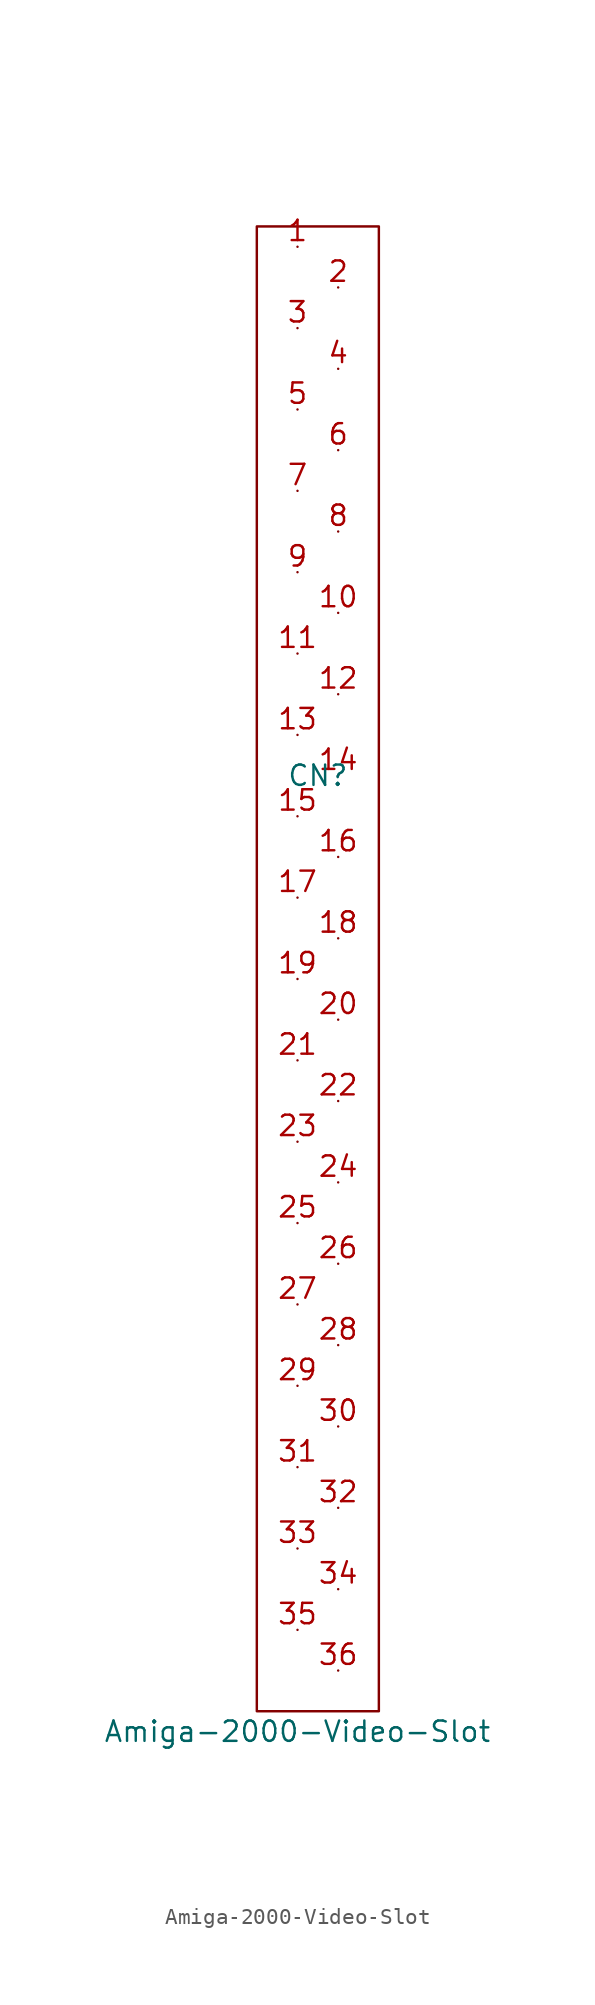
<source format=kicad_sym>
(kicad_symbol_lib
  (version 20220914)
  (generator kicad_symbol_editor)
  (symbol "Amiga-2000-Video-Slot"
    (pin_names
      (offset 0) hide)
    (property "Reference" "CN"
      (at 1.27 10.16 0)
      (effects (font (size 1.27 1.27))))
    (property "Value" "Amiga-2000-Video-Slot"
      (at 0 -49.53 0)
      (effects (font (size 1.27 1.27))))
    (symbol "Amiga-2000-Video-Slot_0_1"
      (rectangle (start -2.54 44.45) (end 5.08 -48.26) (stroke (width 0) (type solid)) (fill (type none))))
    (symbol "Amiga-2000-Video-Slot_1_1"
      (pin unspecified line (at 0 43.18 0) (length 0) (name "1" (effects (font (size 1.27 1.27)))) (number "1" (effects (font (size 1.27 1.27)))))
      (pin unspecified line (at 2.54 20.32 0) (length 0) (name "10" (effects (font (size 1.27 1.27)))) (number "10" (effects (font (size 1.27 1.27)))))
      (pin unspecified line (at 0 17.78 0) (length 0) (name "11" (effects (font (size 1.27 1.27)))) (number "11" (effects (font (size 1.27 1.27)))))
      (pin unspecified line (at 2.54 15.24 0) (length 0) (name "12" (effects (font (size 1.27 1.27)))) (number "12" (effects (font (size 1.27 1.27)))))
      (pin unspecified line (at 0 12.7 0) (length 0) (name "13" (effects (font (size 1.27 1.27)))) (number "13" (effects (font (size 1.27 1.27)))))
      (pin unspecified line (at 2.54 10.16 0) (length 0) (name "14" (effects (font (size 1.27 1.27)))) (number "14" (effects (font (size 1.27 1.27)))))
      (pin unspecified line (at 0 7.62 0) (length 0) (name "15" (effects (font (size 1.27 1.27)))) (number "15" (effects (font (size 1.27 1.27)))))
      (pin unspecified line (at 2.54 5.08 0) (length 0) (name "16" (effects (font (size 1.27 1.27)))) (number "16" (effects (font (size 1.27 1.27)))))
      (pin unspecified line (at 0 2.54 0) (length 0) (name "17" (effects (font (size 1.27 1.27)))) (number "17" (effects (font (size 1.27 1.27)))))
      (pin unspecified line (at 2.54 0 0) (length 0) (name "18" (effects (font (size 1.27 1.27)))) (number "18" (effects (font (size 1.27 1.27)))))
      (pin unspecified line (at 0 -2.54 0) (length 0) (name "19" (effects (font (size 1.27 1.27)))) (number "19" (effects (font (size 1.27 1.27)))))
      (pin unspecified line (at 2.54 40.64 0) (length 0) (name "2" (effects (font (size 1.27 1.27)))) (number "2" (effects (font (size 1.27 1.27)))))
      (pin unspecified line (at 2.54 -5.08 0) (length 0) (name "20" (effects (font (size 1.27 1.27)))) (number "20" (effects (font (size 1.27 1.27)))))
      (pin unspecified line (at 0 -7.62 0) (length 0) (name "21" (effects (font (size 1.27 1.27)))) (number "21" (effects (font (size 1.27 1.27)))))
      (pin unspecified line (at 2.54 -10.16 0) (length 0) (name "22" (effects (font (size 1.27 1.27)))) (number "22" (effects (font (size 1.27 1.27)))))
      (pin unspecified line (at 0 -12.7 0) (length 0) (name "23" (effects (font (size 1.27 1.27)))) (number "23" (effects (font (size 1.27 1.27)))))
      (pin unspecified line (at 2.54 -15.24 0) (length 0) (name "24" (effects (font (size 1.27 1.27)))) (number "24" (effects (font (size 1.27 1.27)))))
      (pin unspecified line (at 0 -17.78 0) (length 0) (name "25" (effects (font (size 1.27 1.27)))) (number "25" (effects (font (size 1.27 1.27)))))
      (pin unspecified line (at 2.54 -20.32 0) (length 0) (name "26" (effects (font (size 1.27 1.27)))) (number "26" (effects (font (size 1.27 1.27)))))
      (pin unspecified line (at 0 -22.86 0) (length 0) (name "27" (effects (font (size 1.27 1.27)))) (number "27" (effects (font (size 1.27 1.27)))))
      (pin unspecified line (at 2.54 -25.4 0) (length 0) (name "28" (effects (font (size 1.27 1.27)))) (number "28" (effects (font (size 1.27 1.27)))))
      (pin unspecified line (at 0 -27.94 0) (length 0) (name "29" (effects (font (size 1.27 1.27)))) (number "29" (effects (font (size 1.27 1.27)))))
      (pin unspecified line (at 0 38.1 0) (length 0) (name "3" (effects (font (size 1.27 1.27)))) (number "3" (effects (font (size 1.27 1.27)))))
      (pin unspecified line (at 2.54 -30.48 0) (length 0) (name "30" (effects (font (size 1.27 1.27)))) (number "30" (effects (font (size 1.27 1.27)))))
      (pin unspecified line (at 0 -33.02 0) (length 0) (name "31" (effects (font (size 1.27 1.27)))) (number "31" (effects (font (size 1.27 1.27)))))
      (pin unspecified line (at 2.54 -35.56 0) (length 0) (name "32" (effects (font (size 1.27 1.27)))) (number "32" (effects (font (size 1.27 1.27)))))
      (pin unspecified line (at 0 -38.1 0) (length 0) (name "33" (effects (font (size 1.27 1.27)))) (number "33" (effects (font (size 1.27 1.27)))))
      (pin unspecified line (at 2.54 -40.64 0) (length 0) (name "34" (effects (font (size 1.27 1.27)))) (number "34" (effects (font (size 1.27 1.27)))))
      (pin unspecified line (at 0 -43.18 0) (length 0) (name "35" (effects (font (size 1.27 1.27)))) (number "35" (effects (font (size 1.27 1.27)))))
      (pin unspecified line (at 2.54 -45.72 0) (length 0) (name "36" (effects (font (size 1.27 1.27)))) (number "36" (effects (font (size 1.27 1.27)))))
      (pin unspecified line (at 2.54 35.56 0) (length 0) (name "4" (effects (font (size 1.27 1.27)))) (number "4" (effects (font (size 1.27 1.27)))))
      (pin unspecified line (at 0 33.02 0) (length 0) (name "5" (effects (font (size 1.27 1.27)))) (number "5" (effects (font (size 1.27 1.27)))))
      (pin unspecified line (at 2.54 30.48 0) (length 0) (name "6" (effects (font (size 1.27 1.27)))) (number "6" (effects (font (size 1.27 1.27)))))
      (pin unspecified line (at 0 27.94 0) (length 0) (name "7" (effects (font (size 1.27 1.27)))) (number "7" (effects (font (size 1.27 1.27)))))
      (pin unspecified line (at 2.54 25.4 0) (length 0) (name "8" (effects (font (size 1.27 1.27)))) (number "8" (effects (font (size 1.27 1.27)))))
      (pin unspecified line (at 0 22.86 0) (length 0) (name "9" (effects (font (size 1.27 1.27)))) (number "9" (effects (font (size 1.27 1.27))))))))
</source>
